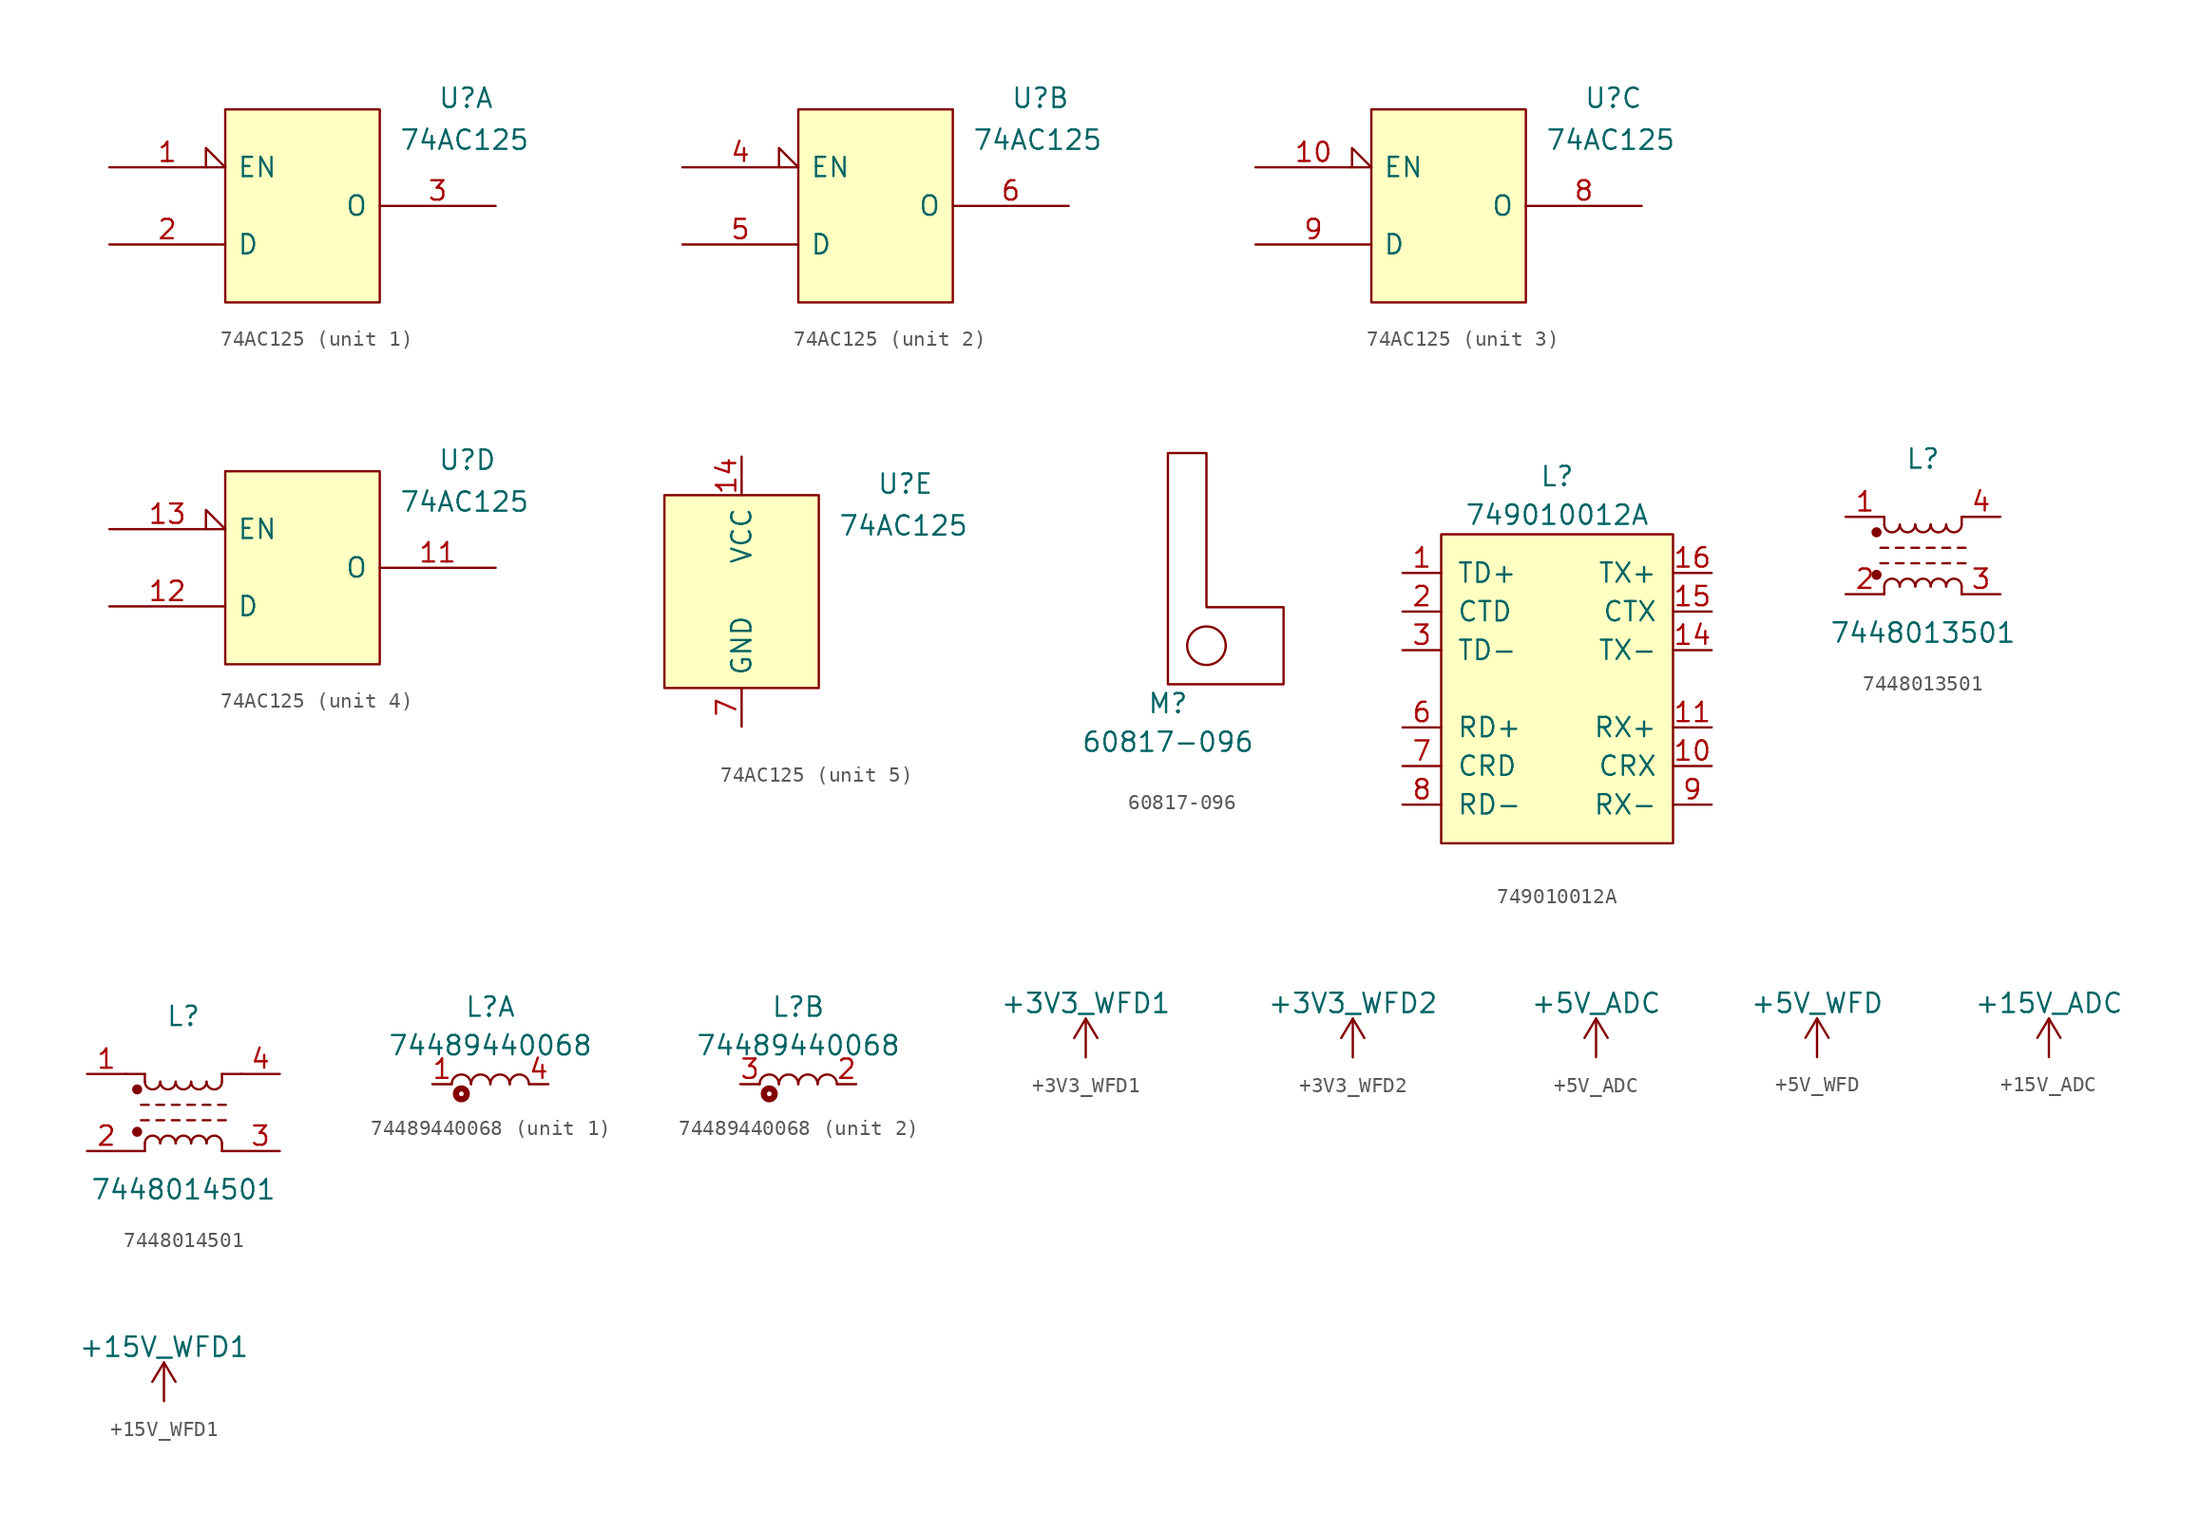
<source format=kicad_sym>
(kicad_symbol_lib
  (version 20220914)
  (generator kicad_symbol_editor)
  (symbol "74AC125"
    (pin_names
      (offset 0.762))
    (property "Reference" "U"
      (at 8.89 6.35 0)
      (effects (font (size 1.27 1.27)) (justify left bottom)))
    (property "Value" "74AC125"
      (at 6.35 5.08 0)
      (effects (font (size 1.27 1.27)) (justify left top)))
    (symbol "74AC125_0_1"
      (rectangle (start -5.08 6.35) (end 5.08 -6.35) (stroke (width 0) (type default)) (fill (type background))))
    (symbol "74AC125_1_0"
      (pin input input_low (at -12.7 2.54 0) (length 7.62) (name "EN" (effects (font (size 1.27 1.27)))) (number "1" (effects (font (size 1.27 1.27))))))
    (symbol "74AC125_1_1"
      (pin input line (at -12.7 -2.54 0) (length 7.62) (name "D" (effects (font (size 1.27 1.27)))) (number "2" (effects (font (size 1.27 1.27)))))
      (pin tri_state line (at 12.7 0 180) (length 7.62) (name "O" (effects (font (size 1.27 1.27)))) (number "3" (effects (font (size 1.27 1.27))))))
    (symbol "74AC125_2_0"
      (pin input input_low (at -12.7 2.54 0) (length 7.62) (name "EN" (effects (font (size 1.27 1.27)))) (number "4" (effects (font (size 1.27 1.27))))))
    (symbol "74AC125_2_1"
      (pin input line (at -12.7 -2.54 0) (length 7.62) (name "D" (effects (font (size 1.27 1.27)))) (number "5" (effects (font (size 1.27 1.27)))))
      (pin tri_state line (at 12.7 0 180) (length 7.62) (name "O" (effects (font (size 1.27 1.27)))) (number "6" (effects (font (size 1.27 1.27))))))
    (symbol "74AC125_3_0"
      (pin input input_low (at -12.7 2.54 0) (length 7.62) (name "EN" (effects (font (size 1.27 1.27)))) (number "10" (effects (font (size 1.27 1.27))))))
    (symbol "74AC125_3_1"
      (pin tri_state line (at 12.7 0 180) (length 7.62) (name "O" (effects (font (size 1.27 1.27)))) (number "8" (effects (font (size 1.27 1.27)))))
      (pin input line (at -12.7 -2.54 0) (length 7.62) (name "D" (effects (font (size 1.27 1.27)))) (number "9" (effects (font (size 1.27 1.27))))))
    (symbol "74AC125_4_0"
      (pin input input_low (at -12.7 2.54 0) (length 7.62) (name "EN" (effects (font (size 1.27 1.27)))) (number "13" (effects (font (size 1.27 1.27))))))
    (symbol "74AC125_4_1"
      (pin tri_state line (at 12.7 0 180) (length 7.62) (name "O" (effects (font (size 1.27 1.27)))) (number "11" (effects (font (size 1.27 1.27)))))
      (pin input line (at -12.7 -2.54 0) (length 7.62) (name "D" (effects (font (size 1.27 1.27)))) (number "12" (effects (font (size 1.27 1.27))))))
    (symbol "74AC125_5_1"
      (pin passive line (at 0 8.89 270) (length 2.54) (name "VCC" (effects (font (size 1.27 1.27)))) (number "14" (effects (font (size 1.27 1.27)))))
      (pin passive line (at 0 -8.89 90) (length 2.54) (name "GND" (effects (font (size 1.27 1.27)))) (number "7" (effects (font (size 1.27 1.27)))))))
  (symbol "60817-096"
    (pin_names
      (offset 1.016))
    (property "Reference" "M"
      (at 0 -1.27 0)
      (effects (font (size 1.27 1.27))))
    (property "Value" "60817-096"
      (at 0 -3.81 0)
      (effects (font (size 1.27 1.27))))
    (symbol "60817-096_0_1"
      (polyline (pts (xy 0 0) (xy 0 15.24) (xy 2.54 15.24) (xy 2.54 5.08) (xy 7.62 5.08) (xy 7.62 0) (xy 0 0)) (stroke (width 0) (type default)) (fill (type none)))
      (circle (center 2.54 2.54) (radius 1.27) (stroke (width 0) (type default)) (fill (type none))))
    (symbol "60817-096_1_1"
      (pin no_connect non_logic (at 2.54 2.54 0) (length 2.54) hide (name "~" (effects (font (size 1.27 1.27)))) (number "1" (effects (font (size 1.27 1.27)))))))
  (symbol "749010012A"
    (pin_names
      (offset 1.016))
    (property "Reference" "L"
      (at 0 13.97 0)
      (effects (font (size 1.27 1.27))))
    (property "Value" "749010012A"
      (at 0 11.43 0)
      (effects (font (size 1.27 1.27))))
    (symbol "749010012A_0_1"
      (rectangle (start -7.62 10.16) (end 7.62 -10.16) (stroke (width 0) (type default)) (fill (type background))))
    (symbol "749010012A_1_1"
      (pin bidirectional line (at -10.16 7.62 0) (length 2.54) (name "TD+" (effects (font (size 1.27 1.27)))) (number "1" (effects (font (size 1.27 1.27)))))
      (pin bidirectional line (at 10.16 -5.08 180) (length 2.54) (name "CRX" (effects (font (size 1.27 1.27)))) (number "10" (effects (font (size 1.27 1.27)))))
      (pin bidirectional line (at 10.16 -2.54 180) (length 2.54) (name "RX+" (effects (font (size 1.27 1.27)))) (number "11" (effects (font (size 1.27 1.27)))))
      (pin bidirectional line (at 10.16 2.54 180) (length 2.54) (name "TX-" (effects (font (size 1.27 1.27)))) (number "14" (effects (font (size 1.27 1.27)))))
      (pin bidirectional line (at 10.16 5.08 180) (length 2.54) (name "CTX" (effects (font (size 1.27 1.27)))) (number "15" (effects (font (size 1.27 1.27)))))
      (pin bidirectional line (at 10.16 7.62 180) (length 2.54) (name "TX+" (effects (font (size 1.27 1.27)))) (number "16" (effects (font (size 1.27 1.27)))))
      (pin passive line (at -10.16 5.08 0) (length 2.54) (name "CTD" (effects (font (size 1.27 1.27)))) (number "2" (effects (font (size 1.27 1.27)))))
      (pin bidirectional line (at -10.16 2.54 0) (length 2.54) (name "TD-" (effects (font (size 1.27 1.27)))) (number "3" (effects (font (size 1.27 1.27)))))
      (pin bidirectional line (at -10.16 -2.54 0) (length 2.54) (name "RD+" (effects (font (size 1.27 1.27)))) (number "6" (effects (font (size 1.27 1.27)))))
      (pin passive line (at -10.16 -5.08 0) (length 2.54) (name "CRD" (effects (font (size 1.27 1.27)))) (number "7" (effects (font (size 1.27 1.27)))))
      (pin bidirectional line (at -10.16 -7.62 0) (length 2.54) (name "RD-" (effects (font (size 1.27 1.27)))) (number "8" (effects (font (size 1.27 1.27)))))
      (pin bidirectional line (at 10.16 -7.62 180) (length 2.54) (name "RX-" (effects (font (size 1.27 1.27)))) (number "9" (effects (font (size 1.27 1.27)))))))
  (symbol "7448013501"
    (pin_names
      (offset 1.016))
    (property "Reference" "L"
      (at 0 6.35 0)
      (effects (font (size 1.27 1.27))))
    (property "Value" "7448013501"
      (at 0 -5.08 0)
      (effects (font (size 1.27 1.27))))
    (symbol "7448013501_1_1"
      (circle (center -3.048 -1.27) (radius 0.254) (stroke (width 0) (type default)) (fill (type outline)))
      (circle (center -3.048 1.524) (radius 0.254) (stroke (width 0) (type default)) (fill (type outline)))
      (arc (start -2.54 2.032) (mid -2.032 1.5262) (end -1.524 2.032) (stroke (width 0) (type default)) (fill (type none)))
      (arc (start -1.524 -2.032) (mid -2.032 -1.5262) (end -2.54 -2.032) (stroke (width 0) (type default)) (fill (type none)))
      (arc (start -1.524 2.032) (mid -1.016 1.5262) (end -0.508 2.032) (stroke (width 0) (type default)) (fill (type none)))
      (arc (start -0.508 -2.032) (mid -1.016 -1.5262) (end -1.524 -2.032) (stroke (width 0) (type default)) (fill (type none)))
      (arc (start -0.508 2.032) (mid 0 1.5262) (end 0.508 2.032) (stroke (width 0) (type default)) (fill (type none)))
      (polyline (pts (xy -2.794 -0.508) (xy -2.286 -0.508)) (stroke (width 0) (type default)) (fill (type none)))
      (polyline (pts (xy -2.794 0.508) (xy -2.286 0.508)) (stroke (width 0) (type default)) (fill (type none)))
      (polyline (pts (xy -2.54 -2.032) (xy -2.54 -2.54)) (stroke (width 0) (type default)) (fill (type none)))
      (polyline (pts (xy -2.54 2.032) (xy -2.54 2.54)) (stroke (width 0) (type default)) (fill (type none)))
      (polyline (pts (xy -1.778 -0.508) (xy -1.27 -0.508)) (stroke (width 0) (type default)) (fill (type none)))
      (polyline (pts (xy -1.778 0.508) (xy -1.27 0.508)) (stroke (width 0) (type default)) (fill (type none)))
      (polyline (pts (xy -0.762 -0.508) (xy -0.254 -0.508)) (stroke (width 0) (type default)) (fill (type none)))
      (polyline (pts (xy -0.762 0.508) (xy -0.254 0.508)) (stroke (width 0) (type default)) (fill (type none)))
      (polyline (pts (xy 0.254 -0.508) (xy 0.762 -0.508)) (stroke (width 0) (type default)) (fill (type none)))
      (polyline (pts (xy 0.254 0.508) (xy 0.762 0.508)) (stroke (width 0) (type default)) (fill (type none)))
      (polyline (pts (xy 1.27 -0.508) (xy 1.778 -0.508)) (stroke (width 0) (type default)) (fill (type none)))
      (polyline (pts (xy 1.27 0.508) (xy 1.778 0.508)) (stroke (width 0) (type default)) (fill (type none)))
      (polyline (pts (xy 2.286 -0.508) (xy 2.794 -0.508)) (stroke (width 0) (type default)) (fill (type none)))
      (polyline (pts (xy 2.286 0.508) (xy 2.794 0.508)) (stroke (width 0) (type default)) (fill (type none)))
      (polyline (pts (xy 2.54 -2.032) (xy 2.54 -2.54)) (stroke (width 0) (type default)) (fill (type none)))
      (polyline (pts (xy 2.54 2.54) (xy 2.54 2.032)) (stroke (width 0) (type default)) (fill (type none)))
      (arc (start 0.508 -2.032) (mid 0 -1.5262) (end -0.508 -2.032) (stroke (width 0) (type default)) (fill (type none)))
      (arc (start 0.508 2.032) (mid 1.016 1.5262) (end 1.524 2.032) (stroke (width 0) (type default)) (fill (type none)))
      (arc (start 1.524 -2.032) (mid 1.016 -1.5262) (end 0.508 -2.032) (stroke (width 0) (type default)) (fill (type none)))
      (arc (start 1.524 2.032) (mid 2.032 1.5262) (end 2.54 2.032) (stroke (width 0) (type default)) (fill (type none)))
      (arc (start 2.54 -2.032) (mid 2.032 -1.5262) (end 1.524 -2.032) (stroke (width 0) (type default)) (fill (type none)))
      (pin passive line (at -5.08 2.54 0) (length 2.54) (name "~" (effects (font (size 1.27 1.27)))) (number "1" (effects (font (size 1.27 1.27)))))
      (pin passive line (at -5.08 -2.54 0) (length 2.54) (name "~" (effects (font (size 1.27 1.27)))) (number "2" (effects (font (size 1.27 1.27)))))
      (pin passive line (at 5.08 -2.54 180) (length 2.54) (name "~" (effects (font (size 1.27 1.27)))) (number "3" (effects (font (size 1.27 1.27)))))
      (pin passive line (at 5.08 2.54 180) (length 2.54) (name "~" (effects (font (size 1.27 1.27)))) (number "4" (effects (font (size 1.27 1.27)))))))
  (symbol "7448014501"
    (pin_names
      (offset 1.016))
    (property "Reference" "L"
      (at 0 6.35 0)
      (effects (font (size 1.27 1.27))))
    (property "Value" "7448014501"
      (at 0 -5.08 0)
      (effects (font (size 1.27 1.27))))
    (symbol "7448014501_0_1"
      (polyline (pts (xy -2.54 -2.54) (xy -3.81 -2.54)) (stroke (width 0) (type default)) (fill (type none)))
      (polyline (pts (xy -2.54 2.54) (xy -3.81 2.54)) (stroke (width 0) (type default)) (fill (type none)))
      (polyline (pts (xy 2.54 -2.54) (xy 3.81 -2.54)) (stroke (width 0) (type default)) (fill (type none)))
      (polyline (pts (xy 2.54 2.54) (xy 3.81 2.54)) (stroke (width 0) (type default)) (fill (type none))))
    (symbol "7448014501_1_1"
      (circle (center -3.048 -1.27) (radius 0.254) (stroke (width 0) (type default)) (fill (type outline)))
      (circle (center -3.048 1.524) (radius 0.254) (stroke (width 0) (type default)) (fill (type outline)))
      (arc (start -2.54 2.032) (mid -2.032 1.5262) (end -1.524 2.032) (stroke (width 0) (type default)) (fill (type none)))
      (arc (start -1.524 -2.032) (mid -2.032 -1.5262) (end -2.54 -2.032) (stroke (width 0) (type default)) (fill (type none)))
      (arc (start -1.524 2.032) (mid -1.016 1.5262) (end -0.508 2.032) (stroke (width 0) (type default)) (fill (type none)))
      (arc (start -0.508 -2.032) (mid -1.016 -1.5262) (end -1.524 -2.032) (stroke (width 0) (type default)) (fill (type none)))
      (arc (start -0.508 2.032) (mid 0 1.5262) (end 0.508 2.032) (stroke (width 0) (type default)) (fill (type none)))
      (polyline (pts (xy -2.794 -0.508) (xy -2.286 -0.508)) (stroke (width 0) (type default)) (fill (type none)))
      (polyline (pts (xy -2.794 0.508) (xy -2.286 0.508)) (stroke (width 0) (type default)) (fill (type none)))
      (polyline (pts (xy -2.54 -2.032) (xy -2.54 -2.54)) (stroke (width 0) (type default)) (fill (type none)))
      (polyline (pts (xy -2.54 2.032) (xy -2.54 2.54)) (stroke (width 0) (type default)) (fill (type none)))
      (polyline (pts (xy -1.778 -0.508) (xy -1.27 -0.508)) (stroke (width 0) (type default)) (fill (type none)))
      (polyline (pts (xy -1.778 0.508) (xy -1.27 0.508)) (stroke (width 0) (type default)) (fill (type none)))
      (polyline (pts (xy -0.762 -0.508) (xy -0.254 -0.508)) (stroke (width 0) (type default)) (fill (type none)))
      (polyline (pts (xy -0.762 0.508) (xy -0.254 0.508)) (stroke (width 0) (type default)) (fill (type none)))
      (polyline (pts (xy 0.254 -0.508) (xy 0.762 -0.508)) (stroke (width 0) (type default)) (fill (type none)))
      (polyline (pts (xy 0.254 0.508) (xy 0.762 0.508)) (stroke (width 0) (type default)) (fill (type none)))
      (polyline (pts (xy 1.27 -0.508) (xy 1.778 -0.508)) (stroke (width 0) (type default)) (fill (type none)))
      (polyline (pts (xy 1.27 0.508) (xy 1.778 0.508)) (stroke (width 0) (type default)) (fill (type none)))
      (polyline (pts (xy 2.286 -0.508) (xy 2.794 -0.508)) (stroke (width 0) (type default)) (fill (type none)))
      (polyline (pts (xy 2.286 0.508) (xy 2.794 0.508)) (stroke (width 0) (type default)) (fill (type none)))
      (polyline (pts (xy 2.54 -2.032) (xy 2.54 -2.54)) (stroke (width 0) (type default)) (fill (type none)))
      (polyline (pts (xy 2.54 2.54) (xy 2.54 2.032)) (stroke (width 0) (type default)) (fill (type none)))
      (arc (start 0.508 -2.032) (mid 0 -1.5262) (end -0.508 -2.032) (stroke (width 0) (type default)) (fill (type none)))
      (arc (start 0.508 2.032) (mid 1.016 1.5262) (end 1.524 2.032) (stroke (width 0) (type default)) (fill (type none)))
      (arc (start 1.524 -2.032) (mid 1.016 -1.5262) (end 0.508 -2.032) (stroke (width 0) (type default)) (fill (type none)))
      (arc (start 1.524 2.032) (mid 2.032 1.5262) (end 2.54 2.032) (stroke (width 0) (type default)) (fill (type none)))
      (arc (start 2.54 -2.032) (mid 2.032 -1.5262) (end 1.524 -2.032) (stroke (width 0) (type default)) (fill (type none)))
      (pin passive line (at -6.35 2.54 0) (length 2.54) (name "~" (effects (font (size 1.27 1.27)))) (number "1" (effects (font (size 1.27 1.27)))))
      (pin passive line (at -6.35 -2.54 0) (length 2.54) (name "~" (effects (font (size 1.27 1.27)))) (number "2" (effects (font (size 1.27 1.27)))))
      (pin passive line (at 6.35 -2.54 180) (length 2.54) (name "~" (effects (font (size 1.27 1.27)))) (number "3" (effects (font (size 1.27 1.27)))))
      (pin passive line (at 6.35 2.54 180) (length 2.54) (name "~" (effects (font (size 1.27 1.27)))) (number "4" (effects (font (size 1.27 1.27)))))))
  (symbol "74489440068"
    (pin_names
      (offset 1.016))
    (property "Reference" "L"
      (at 0 5.08 0)
      (effects (font (size 1.27 1.27))))
    (property "Value" "74489440068"
      (at 0 2.54 0)
      (effects (font (size 1.27 1.27))))
    (symbol "74489440068_0_1"
      (circle (center -1.905 -0.635) (radius 0.356) (stroke (width 0.406) (type default)) (fill (type none))))
    (symbol "74489440068_1_1"
      (arc (start -1.27 0) (mid -1.905 0.6323) (end -2.54 0) (stroke (width 0) (type default)) (fill (type none)))
      (arc (start 0 0) (mid -0.635 0.6323) (end -1.27 0) (stroke (width 0) (type default)) (fill (type none)))
      (arc (start 1.27 0) (mid 0.635 0.6323) (end 0 0) (stroke (width 0) (type default)) (fill (type none)))
      (arc (start 2.54 0) (mid 1.905 0.6323) (end 1.27 0) (stroke (width 0) (type default)) (fill (type none)))
      (pin passive line (at -3.81 0 0) (length 1.27) (name "~" (effects (font (size 1.27 1.27)))) (number "1" (effects (font (size 1.27 1.27)))))
      (pin passive line (at 3.81 0 180) (length 1.27) (name "~" (effects (font (size 1.27 1.27)))) (number "4" (effects (font (size 1.27 1.27))))))
    (symbol "74489440068_2_1"
      (arc (start -1.27 0) (mid -1.905 0.6323) (end -2.54 0) (stroke (width 0) (type default)) (fill (type none)))
      (arc (start 0 0) (mid -0.635 0.6323) (end -1.27 0) (stroke (width 0) (type default)) (fill (type none)))
      (arc (start 1.27 0) (mid 0.635 0.6323) (end 0 0) (stroke (width 0) (type default)) (fill (type none)))
      (arc (start 2.54 0) (mid 1.905 0.6323) (end 1.27 0) (stroke (width 0) (type default)) (fill (type none)))
      (pin passive line (at 3.81 0 180) (length 1.27) (name "~" (effects (font (size 1.27 1.27)))) (number "2" (effects (font (size 1.27 1.27)))))
      (pin passive line (at -3.81 0 0) (length 1.27) (name "~" (effects (font (size 1.27 1.27)))) (number "3" (effects (font (size 1.27 1.27)))))))
  (symbol "+3V3_WFD1"
    (power)
    (pin_names
      (offset 0))
    (property "Reference" "#PWR"
      (at 0 -3.81 0)
      (effects (font (size 1.27 1.27)) hide))
    (property "Value" "+3V3_WFD1"
      (at 0 3.556 0)
      (effects (font (size 1.27 1.27))))
    (symbol "+3V3_WFD1_0_1"
      (polyline (pts (xy -0.762 1.27) (xy 0 2.54)) (stroke (width 0) (type default)) (fill (type none)))
      (polyline (pts (xy 0 0) (xy 0 2.54)) (stroke (width 0) (type default)) (fill (type none)))
      (polyline (pts (xy 0 2.54) (xy 0.762 1.27)) (stroke (width 0) (type default)) (fill (type none))))
    (symbol "+3V3_WFD1_1_1"
      (pin power_in line (at 0 0 90) (length 0) hide (name "+3V3_WFD1" (effects (font (size 1.27 1.27)))) (number "1" (effects (font (size 1.27 1.27)))))))
  (symbol "+3V3_WFD2"
    (power)
    (pin_names
      (offset 0))
    (property "Reference" "#PWR"
      (at 0 -3.81 0)
      (effects (font (size 1.27 1.27)) hide))
    (property "Value" "+3V3_WFD2"
      (at 0 3.556 0)
      (effects (font (size 1.27 1.27))))
    (symbol "+3V3_WFD2_0_1"
      (polyline (pts (xy -0.762 1.27) (xy 0 2.54)) (stroke (width 0) (type default)) (fill (type none)))
      (polyline (pts (xy 0 0) (xy 0 2.54)) (stroke (width 0) (type default)) (fill (type none)))
      (polyline (pts (xy 0 2.54) (xy 0.762 1.27)) (stroke (width 0) (type default)) (fill (type none))))
    (symbol "+3V3_WFD2_1_1"
      (pin power_in line (at 0 0 90) (length 0) hide (name "+3V3_WFD2" (effects (font (size 1.27 1.27)))) (number "1" (effects (font (size 1.27 1.27)))))))
  (symbol "+5V_ADC"
    (power)
    (pin_names
      (offset 0))
    (property "Reference" "#PWR"
      (at 0 -3.81 0)
      (effects (font (size 1.27 1.27)) hide))
    (property "Value" "+5V_ADC"
      (at 0 3.556 0)
      (effects (font (size 1.27 1.27))))
    (symbol "+5V_ADC_0_1"
      (polyline (pts (xy -0.762 1.27) (xy 0 2.54)) (stroke (width 0) (type default)) (fill (type none)))
      (polyline (pts (xy 0 0) (xy 0 2.54)) (stroke (width 0) (type default)) (fill (type none)))
      (polyline (pts (xy 0 2.54) (xy 0.762 1.27)) (stroke (width 0) (type default)) (fill (type none))))
    (symbol "+5V_ADC_1_1"
      (pin power_in line (at 0 0 90) (length 0) hide (name "+5V_ADC" (effects (font (size 1.27 1.27)))) (number "1" (effects (font (size 1.27 1.27)))))))
  (symbol "+5V_WFD"
    (power)
    (pin_names
      (offset 0))
    (property "Reference" "#PWR"
      (at 0 -3.81 0)
      (effects (font (size 1.27 1.27)) hide))
    (property "Value" "+5V_WFD"
      (at 0 3.556 0)
      (effects (font (size 1.27 1.27))))
    (symbol "+5V_WFD_0_1"
      (polyline (pts (xy -0.762 1.27) (xy 0 2.54)) (stroke (width 0) (type default)) (fill (type none)))
      (polyline (pts (xy 0 0) (xy 0 2.54)) (stroke (width 0) (type default)) (fill (type none)))
      (polyline (pts (xy 0 2.54) (xy 0.762 1.27)) (stroke (width 0) (type default)) (fill (type none))))
    (symbol "+5V_WFD_1_1"
      (pin power_in line (at 0 0 90) (length 0) hide (name "+5V_WFD" (effects (font (size 1.27 1.27)))) (number "1" (effects (font (size 1.27 1.27)))))))
  (symbol "+15V_ADC"
    (power)
    (pin_names
      (offset 0))
    (property "Reference" "#PWR"
      (at 0 -3.81 0)
      (effects (font (size 1.27 1.27)) hide))
    (property "Value" "+15V_ADC"
      (at 0 3.556 0)
      (effects (font (size 1.27 1.27))))
    (symbol "+15V_ADC_0_1"
      (polyline (pts (xy -0.762 1.27) (xy 0 2.54)) (stroke (width 0) (type default)) (fill (type none)))
      (polyline (pts (xy 0 0) (xy 0 2.54)) (stroke (width 0) (type default)) (fill (type none)))
      (polyline (pts (xy 0 2.54) (xy 0.762 1.27)) (stroke (width 0) (type default)) (fill (type none))))
    (symbol "+15V_ADC_1_1"
      (pin power_in line (at 0 0 90) (length 0) hide (name "+15V_ADC" (effects (font (size 1.27 1.27)))) (number "1" (effects (font (size 1.27 1.27)))))))
  (symbol "+15V_WFD1"
    (power)
    (pin_names
      (offset 0))
    (property "Reference" "#PWR"
      (at 0 -3.81 0)
      (effects (font (size 1.27 1.27)) hide))
    (property "Value" "+15V_WFD1"
      (at 0 3.556 0)
      (effects (font (size 1.27 1.27))))
    (symbol "+15V_WFD1_0_1"
      (polyline (pts (xy -0.762 1.27) (xy 0 2.54)) (stroke (width 0) (type default)) (fill (type none)))
      (polyline (pts (xy 0 0) (xy 0 2.54)) (stroke (width 0) (type default)) (fill (type none)))
      (polyline (pts (xy 0 2.54) (xy 0.762 1.27)) (stroke (width 0) (type default)) (fill (type none))))
    (symbol "+15V_WFD1_1_1"
      (pin power_in line (at 0 0 90) (length 0) hide (name "+15V_WFD1" (effects (font (size 1.27 1.27)))) (number "1" (effects (font (size 1.27 1.27))))))))
</source>
